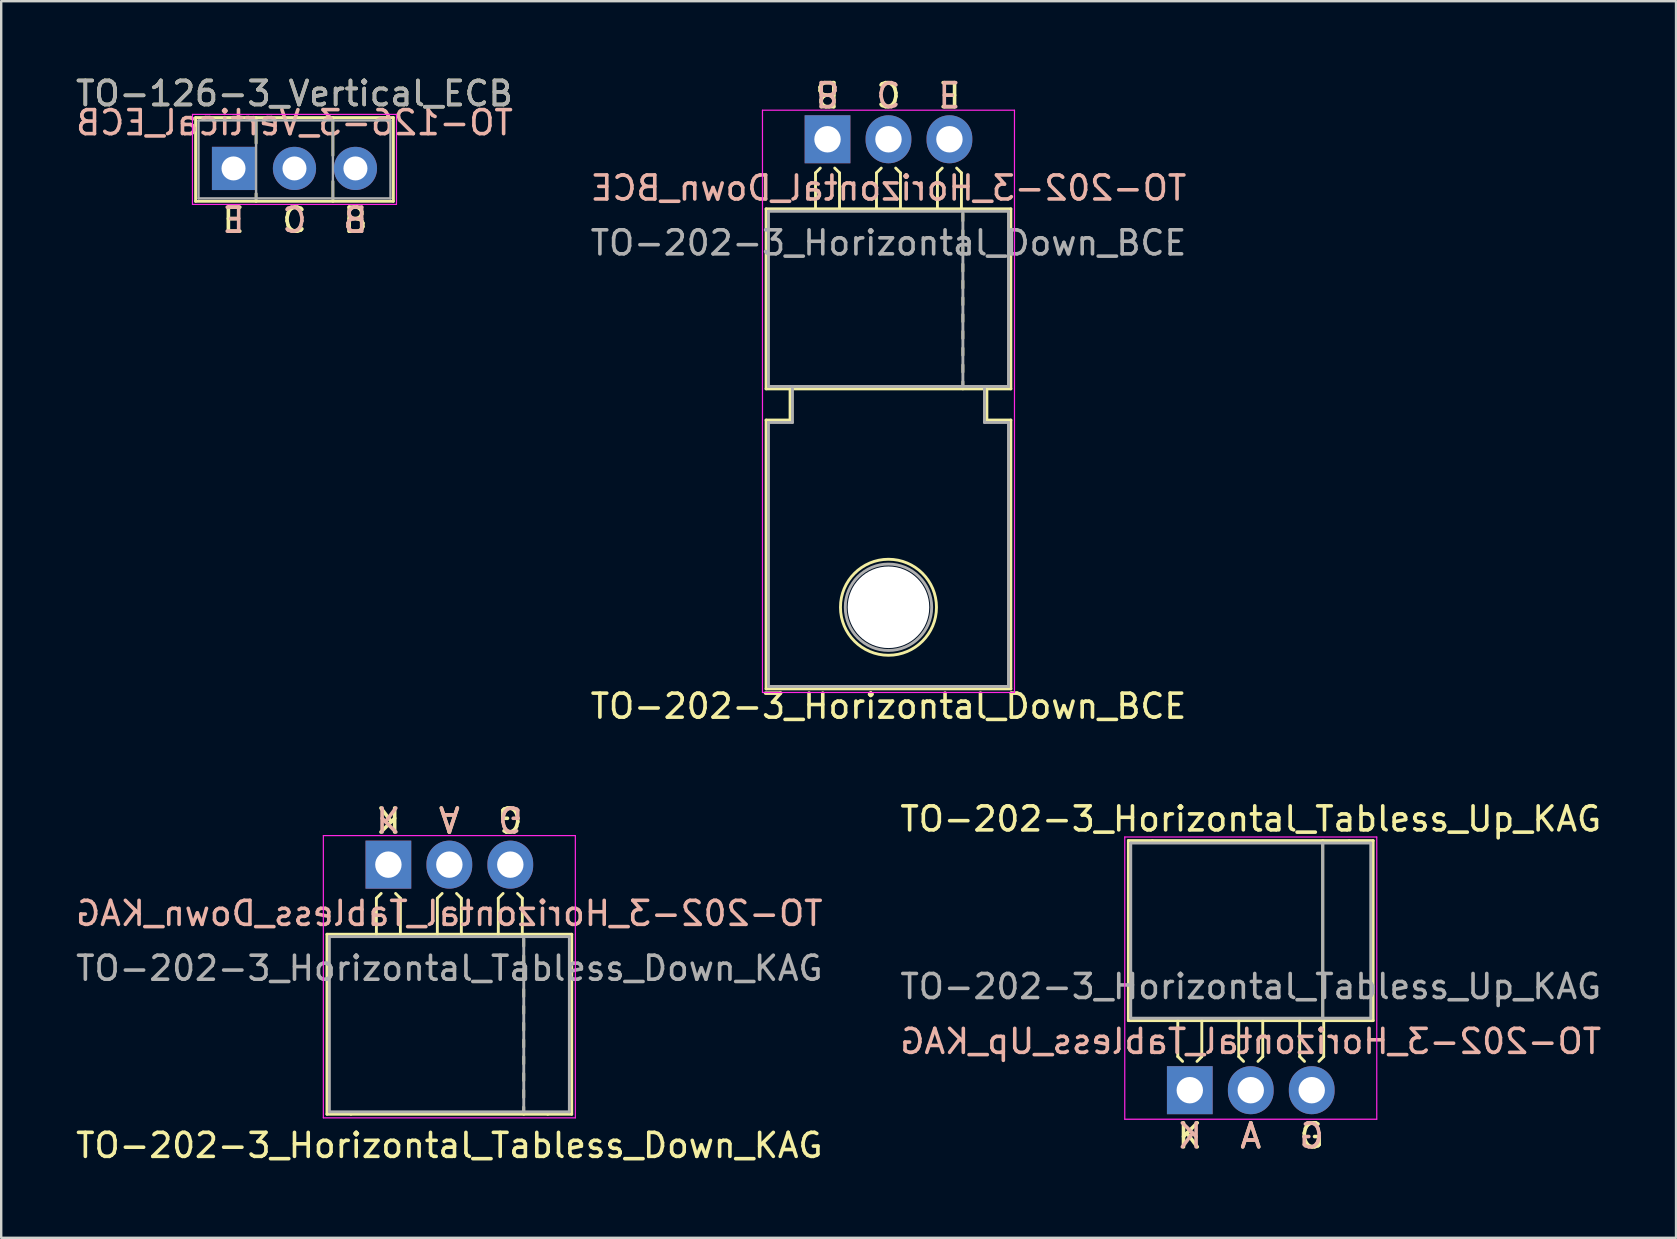
<source format=kicad_pcb>
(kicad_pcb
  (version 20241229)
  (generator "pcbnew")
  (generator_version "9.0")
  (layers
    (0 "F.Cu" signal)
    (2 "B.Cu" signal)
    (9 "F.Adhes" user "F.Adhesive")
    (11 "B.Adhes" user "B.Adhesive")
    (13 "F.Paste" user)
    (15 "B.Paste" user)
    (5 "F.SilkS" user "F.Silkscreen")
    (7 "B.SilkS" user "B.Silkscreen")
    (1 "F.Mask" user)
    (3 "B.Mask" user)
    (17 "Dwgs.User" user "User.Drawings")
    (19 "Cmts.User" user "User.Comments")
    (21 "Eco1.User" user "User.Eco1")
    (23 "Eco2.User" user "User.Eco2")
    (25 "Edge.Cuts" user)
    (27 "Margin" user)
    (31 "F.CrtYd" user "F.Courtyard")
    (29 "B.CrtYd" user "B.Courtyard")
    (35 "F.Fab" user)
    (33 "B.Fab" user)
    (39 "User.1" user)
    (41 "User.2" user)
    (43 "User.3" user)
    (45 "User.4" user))
  (footprint "TO-202-3_Horizontal_Tabless_Up_KAG"
    (layer "F.Cu")
    (at 46.525 42.375)
    (property "Reference" "TO-202-3_Horizontal_Tabless_Up_KAG" (at 2.54 -11.303 0) (layer "F.SilkS") (effects (font (size 1 1) (thickness 0.15))))
    (fp_line (start -2.56 -10.4) (end -1.56 -10.4) (stroke (width 0.12) (type solid)) (layer "F.SilkS"))
    (fp_line (start -2.56 -2.9) (end -2.56 -10.4) (stroke (width 0.12) (type solid)) (layer "F.SilkS"))
    (fp_line (start -1.56 -10.4) (end 6.64 -10.4) (stroke (width 0.12) (type solid)) (layer "F.SilkS"))
    (fp_line (start -0.5 -2.9) (end -0.5 -1.4) (stroke (width 0.12) (type solid)) (layer "F.SilkS"))
    (fp_line (start -0.5 -1.4) (end -0.3 -1.2) (stroke (width 0.12) (type solid)) (layer "F.SilkS"))
    (fp_line (start 0.5 -2.9) (end 0.5 -1.4) (stroke (width 0.12) (type solid)) (layer "F.SilkS"))
    (fp_line (start 0.5 -1.4) (end 0.3 -1.2) (stroke (width 0.12) (type solid)) (layer "F.SilkS"))
    (fp_line (start 2.04 -2.9) (end 2.04 -1.4) (stroke (width 0.12) (type solid)) (layer "F.SilkS"))
    (fp_line (start 2.04 -1.4) (end 2.24 -1.2) (stroke (width 0.12) (type solid)) (layer "F.SilkS"))
    (fp_line (start 3.04 -2.9) (end 3.04 -1.4) (stroke (width 0.12) (type solid)) (layer "F.SilkS"))
    (fp_line (start 3.04 -1.4) (end 2.84 -1.2) (stroke (width 0.12) (type solid)) (layer "F.SilkS"))
    (fp_line (start 4.58 -2.9) (end 4.58 -1.4) (stroke (width 0.12) (type solid)) (layer "F.SilkS"))
    (fp_line (start 4.58 -1.4) (end 4.78 -1.2) (stroke (width 0.12) (type solid)) (layer "F.SilkS"))
    (fp_line (start 5.54 -10.4) (end 5.54 -2.9) (stroke (width 0.12) (type solid)) (layer "F.SilkS"))
    (fp_line (start 5.58 -2.9) (end 5.58 -1.4) (stroke (width 0.12) (type solid)) (layer "F.SilkS"))
    (fp_line (start 5.58 -1.4) (end 5.38 -1.2) (stroke (width 0.12) (type solid)) (layer "F.SilkS"))
    (fp_line (start 6.64 -10.4) (end 7.64 -10.4) (stroke (width 0.12) (type solid)) (layer "F.SilkS"))
    (fp_line (start 7.64 -10.4) (end 7.64 -2.9) (stroke (width 0.12) (type solid)) (layer "F.SilkS"))
    (fp_line (start 7.64 -2.9) (end -2.56 -2.9) (stroke (width 0.12) (type solid)) (layer "F.SilkS"))
    (fp_line (start -2.71 -10.55) (end -2.71 1.21) (stroke (width 0.05) (type solid)) (layer "F.CrtYd"))
    (fp_line (start -2.71 1.21) (end 7.79 1.21) (stroke (width 0.05) (type solid)) (layer "F.CrtYd"))
    (fp_line (start 7.79 -10.55) (end -2.71 -10.55) (stroke (width 0.05) (type solid)) (layer "F.CrtYd"))
    (fp_line (start 7.79 1.21) (end 7.79 -10.55) (stroke (width 0.05) (type solid)) (layer "F.CrtYd"))
    (fp_line (start -2.46 -10.3) (end -2.46 -3) (stroke (width 0.12) (type solid)) (layer "F.Fab"))
    (fp_line (start -2.46 -3) (end 7.54 -3) (stroke (width 0.12) (type solid)) (layer "F.Fab"))
    (fp_line (start 5.54 -3) (end 5.54 -10.3) (stroke (width 0.12) (type solid)) (layer "F.Fab"))
    (fp_line (start 7.54 -10.3) (end -2.46 -10.3) (stroke (width 0.12) (type solid)) (layer "F.Fab"))
    (fp_line (start 7.54 -3) (end 7.54 -10.3) (stroke (width 0.12) (type solid)) (layer "F.Fab"))
    (fp_text user "A" (at 2.54 1.905 0) (unlocked yes) (layer "F.SilkS") (effects (font (size 1 1) (thickness 0.15))))
    (fp_text user "G" (at 5.08 1.905 0) (unlocked yes) (layer "F.SilkS") (effects (font (size 1 1) (thickness 0.15))))
    (fp_text user "K" (at 0 1.905 0) (unlocked yes) (layer "F.SilkS") (effects (font (size 1 1) (thickness 0.15))))
    (fp_text user "G" (at 5.08 1.905 0) (unlocked yes) (layer "B.SilkS") (effects (font (size 1 1) (thickness 0.15)) (justify mirror)))
    (fp_text user "K" (at 0 1.905 0) (unlocked yes) (layer "B.SilkS") (effects (font (size 1 1) (thickness 0.15)) (justify mirror)))
    (fp_text user "${REFERENCE}" (at 2.54 -2.032 0) (layer "B.SilkS") (effects (font (size 1 1) (thickness 0.15)) (justify mirror)))
    (fp_text user "A" (at 2.54 1.905 0) (unlocked yes) (layer "B.SilkS") (effects (font (size 1 1) (thickness 0.15)) (justify mirror)))
    (fp_text user "${REFERENCE}" (at 2.54 -4.318 0) (layer "F.Fab") (effects (font (size 1 1) (thickness 0.15))))
    (pad "1" thru_hole rect (at 0 0) (size 1.905 2) (drill 1.1) (layers "*.Cu" "*.Mask"))
    (pad "2" thru_hole oval (at 2.54 0) (size 1.905 2) (drill 1.1) (layers "*.Cu" "*.Mask"))
    (pad "3" thru_hole oval (at 5.08 0) (size 1.905 2) (drill 1.1) (layers "*.Cu" "*.Mask")))
  (footprint "TO-126-3_Vertical_ECB"
    (layer "F.Cu")
    (at 6.68 3.968)
    (property "Reference" "TO-126-3_Vertical_ECB" (at 2.54 -3.12 0) (layer "F.SilkS") (effects (font (size 1 1) (thickness 0.15))))
    (fp_line (start -1.58 -2.12) (end -1.58 1.37) (stroke (width 0.12) (type solid)) (layer "F.SilkS"))
    (fp_line (start -1.58 -2.12) (end 6.66 -2.12) (stroke (width 0.12) (type solid)) (layer "F.SilkS"))
    (fp_line (start -1.58 1.37) (end 6.66 1.37) (stroke (width 0.12) (type solid)) (layer "F.SilkS"))
    (fp_line (start 0.94 -2.12) (end 0.94 -1.05) (stroke (width 0.12) (type solid)) (layer "F.SilkS"))
    (fp_line (start 0.94 1.05) (end 0.94 1.37) (stroke (width 0.12) (type solid)) (layer "F.SilkS"))
    (fp_line (start 4.141 -2.12) (end 4.141 -0.54) (stroke (width 0.12) (type solid)) (layer "F.SilkS"))
    (fp_line (start 4.141 0.54) (end 4.141 1.37) (stroke (width 0.12) (type solid)) (layer "F.SilkS"))
    (fp_line (start 6.66 -2.12) (end 6.66 1.37) (stroke (width 0.12) (type solid)) (layer "F.SilkS"))
    (fp_line (start -1.71 -2.25) (end -1.71 1.5) (stroke (width 0.05) (type solid)) (layer "F.CrtYd"))
    (fp_line (start -1.71 1.5) (end 6.79 1.5) (stroke (width 0.05) (type solid)) (layer "F.CrtYd"))
    (fp_line (start 6.79 -2.25) (end -1.71 -2.25) (stroke (width 0.05) (type solid)) (layer "F.CrtYd"))
    (fp_line (start 6.79 1.5) (end 6.79 -2.25) (stroke (width 0.05) (type solid)) (layer "F.CrtYd"))
    (fp_line (start -1.46 -2) (end -1.46 1.25) (stroke (width 0.1) (type solid)) (layer "F.Fab"))
    (fp_line (start -1.46 1.25) (end 6.54 1.25) (stroke (width 0.1) (type solid)) (layer "F.Fab"))
    (fp_line (start 0.94 -2) (end 0.94 1.25) (stroke (width 0.1) (type solid)) (layer "F.Fab"))
    (fp_line (start 4.14 -2) (end 4.14 1.25) (stroke (width 0.1) (type solid)) (layer "F.Fab"))
    (fp_line (start 6.54 -2) (end -1.46 -2) (stroke (width 0.1) (type solid)) (layer "F.Fab"))
    (fp_line (start 6.54 1.25) (end 6.54 -2) (stroke (width 0.1) (type solid)) (layer "F.Fab"))
    (fp_text user "B" (at 5.08 2.159 0) (unlocked yes) (layer "F.SilkS") (effects (font (size 1 1) (thickness 0.15))))
    (fp_text user "C" (at 2.54 2.159 0) (unlocked yes) (layer "F.SilkS") (effects (font (size 1 1) (thickness 0.15))))
    (fp_text user "E" (at 0 2.159 0) (unlocked yes) (layer "F.SilkS") (effects (font (size 1 1) (thickness 0.15))))
    (fp_text user "E" (at 0 2.159 0) (unlocked yes) (layer "B.SilkS") (effects (font (size 1 1) (thickness 0.15)) (justify mirror)))
    (fp_text user "C" (at 2.54 2.159 0) (unlocked yes) (layer "B.SilkS") (effects (font (size 1 1) (thickness 0.15)) (justify mirror)))
    (fp_text user "B" (at 5.077 2.159 0) (unlocked yes) (layer "B.SilkS") (effects (font (size 1 1) (thickness 0.15)) (justify mirror)))
    (fp_text user "${REFERENCE}" (at 2.54 -1.905 0) (layer "B.SilkS") (effects (font (size 1 1) (thickness 0.15)) (justify mirror)))
    (fp_text user "${REFERENCE}" (at 2.54 -3.12 0) (layer "F.Fab") (effects (font (size 1 1) (thickness 0.15))))
    (pad "1" thru_hole rect (at 0 0) (size 1.8 1.8) (drill 1) (layers "*.Cu" "*.Mask"))
    (pad "2" thru_hole oval (at 2.54 0) (size 1.8 1.8) (drill 1) (layers "*.Cu" "*.Mask"))
    (pad "3" thru_hole oval (at 5.08 0) (size 1.8 1.8) (drill 1) (layers "*.Cu" "*.Mask")))
  (footprint "TO-202-3_Horizontal_Tabless_Down_KAG"
    (layer "F.Cu")
    (at 13.133 32.977)
    (property "Reference" "TO-202-3_Horizontal_Tabless_Down_KAG" (at 2.54 11.7 180) (layer "F.SilkS") (effects (font (size 1 1) (thickness 0.15))))
    (fp_line (start -2.56 2.9) (end 7.64 2.9) (stroke (width 0.12) (type solid)) (layer "F.SilkS"))
    (fp_line (start -2.56 10.4) (end -2.56 2.9) (stroke (width 0.12) (type solid)) (layer "F.SilkS"))
    (fp_line (start -1.56 10.4) (end -2.56 10.4) (stroke (width 0.12) (type solid)) (layer "F.SilkS"))
    (fp_line (start -0.5 1.4) (end -0.3 1.2) (stroke (width 0.12) (type solid)) (layer "F.SilkS"))
    (fp_line (start -0.5 2.9) (end -0.5 1.4) (stroke (width 0.12) (type solid)) (layer "F.SilkS"))
    (fp_line (start 0.5 1.4) (end 0.3 1.2) (stroke (width 0.12) (type solid)) (layer "F.SilkS"))
    (fp_line (start 0.5 2.9) (end 0.5 1.4) (stroke (width 0.12) (type solid)) (layer "F.SilkS"))
    (fp_line (start 2.04 1.4) (end 2.24 1.2) (stroke (width 0.12) (type solid)) (layer "F.SilkS"))
    (fp_line (start 2.04 2.9) (end 2.04 1.4) (stroke (width 0.12) (type solid)) (layer "F.SilkS"))
    (fp_line (start 3.04 1.4) (end 2.84 1.2) (stroke (width 0.12) (type solid)) (layer "F.SilkS"))
    (fp_line (start 3.04 2.9) (end 3.04 1.4) (stroke (width 0.12) (type solid)) (layer "F.SilkS"))
    (fp_line (start 4.58 1.4) (end 4.78 1.2) (stroke (width 0.12) (type solid)) (layer "F.SilkS"))
    (fp_line (start 4.58 2.9) (end 4.58 1.4) (stroke (width 0.12) (type solid)) (layer "F.SilkS"))
    (fp_line (start 5.58 1.4) (end 5.38 1.2) (stroke (width 0.12) (type solid)) (layer "F.SilkS"))
    (fp_line (start 5.58 2.9) (end 5.58 1.4) (stroke (width 0.12) (type solid)) (layer "F.SilkS"))
    (fp_line (start 5.64 3.4) (end 5.64 3.1) (stroke (width 0.12) (type solid)) (layer "F.SilkS"))
    (fp_line (start 5.64 4.1) (end 5.64 3.8) (stroke (width 0.12) (type solid)) (layer "F.SilkS"))
    (fp_line (start 5.64 4.8) (end 5.64 4.5) (stroke (width 0.12) (type solid)) (layer "F.SilkS"))
    (fp_line (start 5.64 5.5) (end 5.64 5.2) (stroke (width 0.12) (type solid)) (layer "F.SilkS"))
    (fp_line (start 5.64 6.2) (end 5.64 5.9) (stroke (width 0.12) (type solid)) (layer "F.SilkS"))
    (fp_line (start 5.64 6.9) (end 5.64 6.6) (stroke (width 0.12) (type solid)) (layer "F.SilkS"))
    (fp_line (start 5.64 7.6) (end 5.64 7.3) (stroke (width 0.12) (type solid)) (layer "F.SilkS"))
    (fp_line (start 5.64 8.3) (end 5.64 8) (stroke (width 0.12) (type solid)) (layer "F.SilkS"))
    (fp_line (start 5.64 9) (end 5.64 8.7) (stroke (width 0.12) (type solid)) (layer "F.SilkS"))
    (fp_line (start 5.64 9.7) (end 5.64 9.4) (stroke (width 0.12) (type solid)) (layer "F.SilkS"))
    (fp_line (start 5.64 10.4) (end 5.64 10.1) (stroke (width 0.12) (type solid)) (layer "F.SilkS"))
    (fp_line (start 6.64 10.4) (end -1.56 10.4) (stroke (width 0.12) (type solid)) (layer "F.SilkS"))
    (fp_line (start 7.64 2.9) (end 7.64 10.4) (stroke (width 0.12) (type solid)) (layer "F.SilkS"))
    (fp_line (start 7.64 10.4) (end 6.64 10.4) (stroke (width 0.12) (type solid)) (layer "F.SilkS"))
    (fp_line (start -2.71 -1.21) (end -2.71 10.55) (stroke (width 0.05) (type solid)) (layer "F.CrtYd"))
    (fp_line (start -2.71 10.55) (end 7.79 10.55) (stroke (width 0.05) (type solid)) (layer "F.CrtYd"))
    (fp_line (start 7.79 -1.21) (end -2.71 -1.21) (stroke (width 0.05) (type solid)) (layer "F.CrtYd"))
    (fp_line (start 7.79 10.55) (end 7.79 -1.21) (stroke (width 0.05) (type solid)) (layer "F.CrtYd"))
    (fp_line (start -2.46 3) (end -2.46 10.3) (stroke (width 0.12) (type solid)) (layer "F.Fab"))
    (fp_line (start -2.46 10.3) (end 7.54 10.3) (stroke (width 0.12) (type solid)) (layer "F.Fab"))
    (fp_line (start 5.64 3) (end 5.64 10.3) (stroke (width 0.12) (type solid)) (layer "F.Fab"))
    (fp_line (start 7.54 3) (end -2.46 3) (stroke (width 0.12) (type solid)) (layer "F.Fab"))
    (fp_line (start 7.54 10.3) (end 7.54 3) (stroke (width 0.12) (type solid)) (layer "F.Fab"))
    (fp_text user "G" (at 5.08 -1.905 180) (unlocked yes) (layer "F.SilkS") (effects (font (size 1 1) (thickness 0.15))))
    (fp_text user "K" (at 0 -1.905 180) (unlocked yes) (layer "F.SilkS") (effects (font (size 1 1) (thickness 0.15))))
    (fp_text user "A" (at 2.54 -1.905 180) (unlocked yes) (layer "F.SilkS") (effects (font (size 1 1) (thickness 0.15))))
    (fp_text user "${REFERENCE}" (at 2.54 2.032 0) (layer "B.SilkS") (effects (font (size 1 1) (thickness 0.15)) (justify mirror)))
    (fp_text user "G" (at 5.08 -1.905 180) (unlocked yes) (layer "B.SilkS") (effects (font (size 1 1) (thickness 0.15)) (justify mirror)))
    (fp_text user "A" (at 2.54 -1.905 180) (unlocked yes) (layer "B.SilkS") (effects (font (size 1 1) (thickness 0.15)) (justify mirror)))
    (fp_text user "K" (at 0 -1.905 180) (unlocked yes) (layer "B.SilkS") (effects (font (size 1 1) (thickness 0.15)) (justify mirror)))
    (fp_text user "${REFERENCE}" (at 2.54 4.318 180) (layer "F.Fab") (effects (font (size 1 1) (thickness 0.15))))
    (pad "1" thru_hole rect (at 0 0) (size 1.905 2) (drill 1.1) (layers "*.Cu" "*.Mask"))
    (pad "2" thru_hole oval (at 2.54 0) (size 1.905 2) (drill 1.1) (layers "*.Cu" "*.Mask"))
    (pad "3" thru_hole oval (at 5.08 0) (size 1.905 2) (drill 1.1) (layers "*.Cu" "*.Mask")))
  (footprint "TO-202-3_Horizontal_Down_BCE"
    (layer "F.Cu")
    (at 31.43 2.753)
    (property "Reference" "TO-202-3_Horizontal_Down_BCE" (at 2.54 23.622 180) (layer "F.SilkS") (effects (font (size 1 1) (thickness 0.15))))
    (fp_line (start -2.56 2.9) (end 7.64 2.9) (stroke (width 0.12) (type solid)) (layer "F.SilkS"))
    (fp_line (start -2.56 10.4) (end -2.56 2.9) (stroke (width 0.12) (type solid)) (layer "F.SilkS"))
    (fp_line (start -2.56 11.7) (end -1.56 11.7) (stroke (width 0.12) (type solid)) (layer "F.SilkS"))
    (fp_line (start -2.56 22.9) (end -2.56 11.7) (stroke (width 0.12) (type solid)) (layer "F.SilkS"))
    (fp_line (start -1.56 10.4) (end -2.56 10.4) (stroke (width 0.12) (type solid)) (layer "F.SilkS"))
    (fp_line (start -1.56 11.7) (end -1.56 10.4) (stroke (width 0.12) (type solid)) (layer "F.SilkS"))
    (fp_line (start -0.5 1.4) (end -0.3 1.2) (stroke (width 0.12) (type solid)) (layer "F.SilkS"))
    (fp_line (start -0.5 2.9) (end -0.5 1.4) (stroke (width 0.12) (type solid)) (layer "F.SilkS"))
    (fp_line (start 0.5 1.4) (end 0.3 1.2) (stroke (width 0.12) (type solid)) (layer "F.SilkS"))
    (fp_line (start 0.5 2.9) (end 0.5 1.4) (stroke (width 0.12) (type solid)) (layer "F.SilkS"))
    (fp_line (start 2.04 1.4) (end 2.24 1.2) (stroke (width 0.12) (type solid)) (layer "F.SilkS"))
    (fp_line (start 2.04 2.9) (end 2.04 1.4) (stroke (width 0.12) (type solid)) (layer "F.SilkS"))
    (fp_line (start 3.04 1.4) (end 2.84 1.2) (stroke (width 0.12) (type solid)) (layer "F.SilkS"))
    (fp_line (start 3.04 2.9) (end 3.04 1.4) (stroke (width 0.12) (type solid)) (layer "F.SilkS"))
    (fp_line (start 4.58 1.4) (end 4.78 1.2) (stroke (width 0.12) (type solid)) (layer "F.SilkS"))
    (fp_line (start 4.58 2.9) (end 4.58 1.4) (stroke (width 0.12) (type solid)) (layer "F.SilkS"))
    (fp_line (start 5.58 1.4) (end 5.38 1.2) (stroke (width 0.12) (type solid)) (layer "F.SilkS"))
    (fp_line (start 5.58 2.9) (end 5.58 1.4) (stroke (width 0.12) (type solid)) (layer "F.SilkS"))
    (fp_line (start 5.64 3.4) (end 5.64 3.1) (stroke (width 0.12) (type solid)) (layer "F.SilkS"))
    (fp_line (start 5.64 4.1) (end 5.64 3.8) (stroke (width 0.12) (type solid)) (layer "F.SilkS"))
    (fp_line (start 5.64 4.8) (end 5.64 4.5) (stroke (width 0.12) (type solid)) (layer "F.SilkS"))
    (fp_line (start 5.64 5.5) (end 5.64 5.2) (stroke (width 0.12) (type solid)) (layer "F.SilkS"))
    (fp_line (start 5.64 6.2) (end 5.64 5.9) (stroke (width 0.12) (type solid)) (layer "F.SilkS"))
    (fp_line (start 5.64 6.9) (end 5.64 6.6) (stroke (width 0.12) (type solid)) (layer "F.SilkS"))
    (fp_line (start 5.64 7.6) (end 5.64 7.3) (stroke (width 0.12) (type solid)) (layer "F.SilkS"))
    (fp_line (start 5.64 8.3) (end 5.64 8) (stroke (width 0.12) (type solid)) (layer "F.SilkS"))
    (fp_line (start 5.64 9) (end 5.64 8.7) (stroke (width 0.12) (type solid)) (layer "F.SilkS"))
    (fp_line (start 5.64 9.7) (end 5.64 9.4) (stroke (width 0.12) (type solid)) (layer "F.SilkS"))
    (fp_line (start 5.64 10.4) (end 5.64 10.1) (stroke (width 0.12) (type solid)) (layer "F.SilkS"))
    (fp_line (start 6.64 10.4) (end -1.56 10.4) (stroke (width 0.12) (type solid)) (layer "F.SilkS"))
    (fp_line (start 6.64 10.4) (end 6.64 11.7) (stroke (width 0.12) (type solid)) (layer "F.SilkS"))
    (fp_line (start 6.64 11.7) (end 7.64 11.7) (stroke (width 0.12) (type solid)) (layer "F.SilkS"))
    (fp_line (start 7.64 2.9) (end 7.64 10.4) (stroke (width 0.12) (type solid)) (layer "F.SilkS"))
    (fp_line (start 7.64 10.4) (end 6.64 10.4) (stroke (width 0.12) (type solid)) (layer "F.SilkS"))
    (fp_line (start 7.64 11.7) (end 7.64 22.9) (stroke (width 0.12) (type solid)) (layer "F.SilkS"))
    (fp_line (start 7.64 22.9) (end -2.56 22.9) (stroke (width 0.12) (type solid)) (layer "F.SilkS"))
    (fp_circle (center 2.54 19.5) (end 0.54 19.5) (stroke (width 0.12) (type solid)) (fill no) (layer "F.SilkS"))
    (fp_line (start -2.71 -1.21) (end -2.71 23.05) (stroke (width 0.05) (type solid)) (layer "F.CrtYd"))
    (fp_line (start -2.71 23.05) (end 7.79 23.05) (stroke (width 0.05) (type solid)) (layer "F.CrtYd"))
    (fp_line (start 7.79 -1.21) (end -2.71 -1.21) (stroke (width 0.05) (type solid)) (layer "F.CrtYd"))
    (fp_line (start 7.79 23.05) (end 7.79 -1.21) (stroke (width 0.05) (type solid)) (layer "F.CrtYd"))
    (fp_line (start -2.46 3) (end -2.46 10.3) (stroke (width 0.12) (type solid)) (layer "F.Fab"))
    (fp_line (start -2.46 10.3) (end 7.54 10.3) (stroke (width 0.12) (type solid)) (layer "F.Fab"))
    (fp_line (start -2.46 11.8) (end -1.46 11.8) (stroke (width 0.12) (type solid)) (layer "F.Fab"))
    (fp_line (start -2.46 22.8) (end -2.46 11.8) (stroke (width 0.12) (type solid)) (layer "F.Fab"))
    (fp_line (start -1.46 11.8) (end -1.46 10.3) (stroke (width 0.12) (type solid)) (layer "F.Fab"))
    (fp_line (start 5.64 3) (end 5.64 10.3) (stroke (width 0.12) (type solid)) (layer "F.Fab"))
    (fp_line (start 6.54 10.3) (end 6.54 11.8) (stroke (width 0.12) (type solid)) (layer "F.Fab"))
    (fp_line (start 6.54 11.8) (end 7.54 11.8) (stroke (width 0.12) (type solid)) (layer "F.Fab"))
    (fp_line (start 7.54 3) (end -2.46 3) (stroke (width 0.12) (type solid)) (layer "F.Fab"))
    (fp_line (start 7.54 10.3) (end 7.54 3) (stroke (width 0.12) (type solid)) (layer "F.Fab"))
    (fp_line (start 7.54 11.8) (end 7.54 22.8) (stroke (width 0.12) (type solid)) (layer "F.Fab"))
    (fp_line (start 7.54 22.8) (end -2.46 22.8) (stroke (width 0.12) (type solid)) (layer "F.Fab"))
    (fp_circle (center 2.54 19.5) (end 0.74 19.5) (stroke (width 0.12) (type solid)) (fill no) (layer "F.Fab"))
    (fp_text user "C" (at 2.54 -1.905 180) (unlocked yes) (layer "F.SilkS") (effects (font (size 1 1) (thickness 0.15))))
    (fp_text user "B" (at 0 -1.905 180) (unlocked yes) (layer "F.SilkS") (effects (font (size 1 1) (thickness 0.15))))
    (fp_text user "E" (at 5.08 -1.905 180) (unlocked yes) (layer "F.SilkS") (effects (font (size 1 1) (thickness 0.15))))
    (fp_text user "${REFERENCE}" (at 2.54 2.032 0) (layer "B.SilkS") (effects (font (size 1 1) (thickness 0.15)) (justify mirror)))
    (fp_text user "E" (at 5.08 -1.905 180) (unlocked yes) (layer "B.SilkS") (effects (font (size 1 1) (thickness 0.15)) (justify mirror)))
    (fp_text user "B" (at 0 -1.905 180) (unlocked yes) (layer "B.SilkS") (effects (font (size 1 1) (thickness 0.15)) (justify mirror)))
    (fp_text user "C" (at 2.54 -1.905 180) (unlocked yes) (layer "B.SilkS") (effects (font (size 1 1) (thickness 0.15)) (justify mirror)))
    (fp_text user "${REFERENCE}" (at 2.54 4.318 180) (layer "F.Fab") (effects (font (size 1 1) (thickness 0.15))))
    (pad "" np_thru_hole circle (at 2.54 19.5 180) (size 3.4 3.4) (drill 3.4) (layers "*.Cu" "*.Mask"))
    (pad "1" thru_hole rect (at 0 0) (size 1.905 2) (drill 1.1) (layers "*.Cu" "*.Mask"))
    (pad "2" thru_hole oval (at 2.54 0) (size 1.905 2) (drill 1.1) (layers "*.Cu" "*.Mask"))
    (pad "3" thru_hole oval (at 5.08 0) (size 1.905 2) (drill 1.1) (layers "*.Cu" "*.Mask")))
  (gr_rect
    (start -3 -3)
    (end 66.786 48.525)
    (stroke (width 0.1) (type default))
    (fill no)
    (layer "Edge.Cuts")))
</source>
